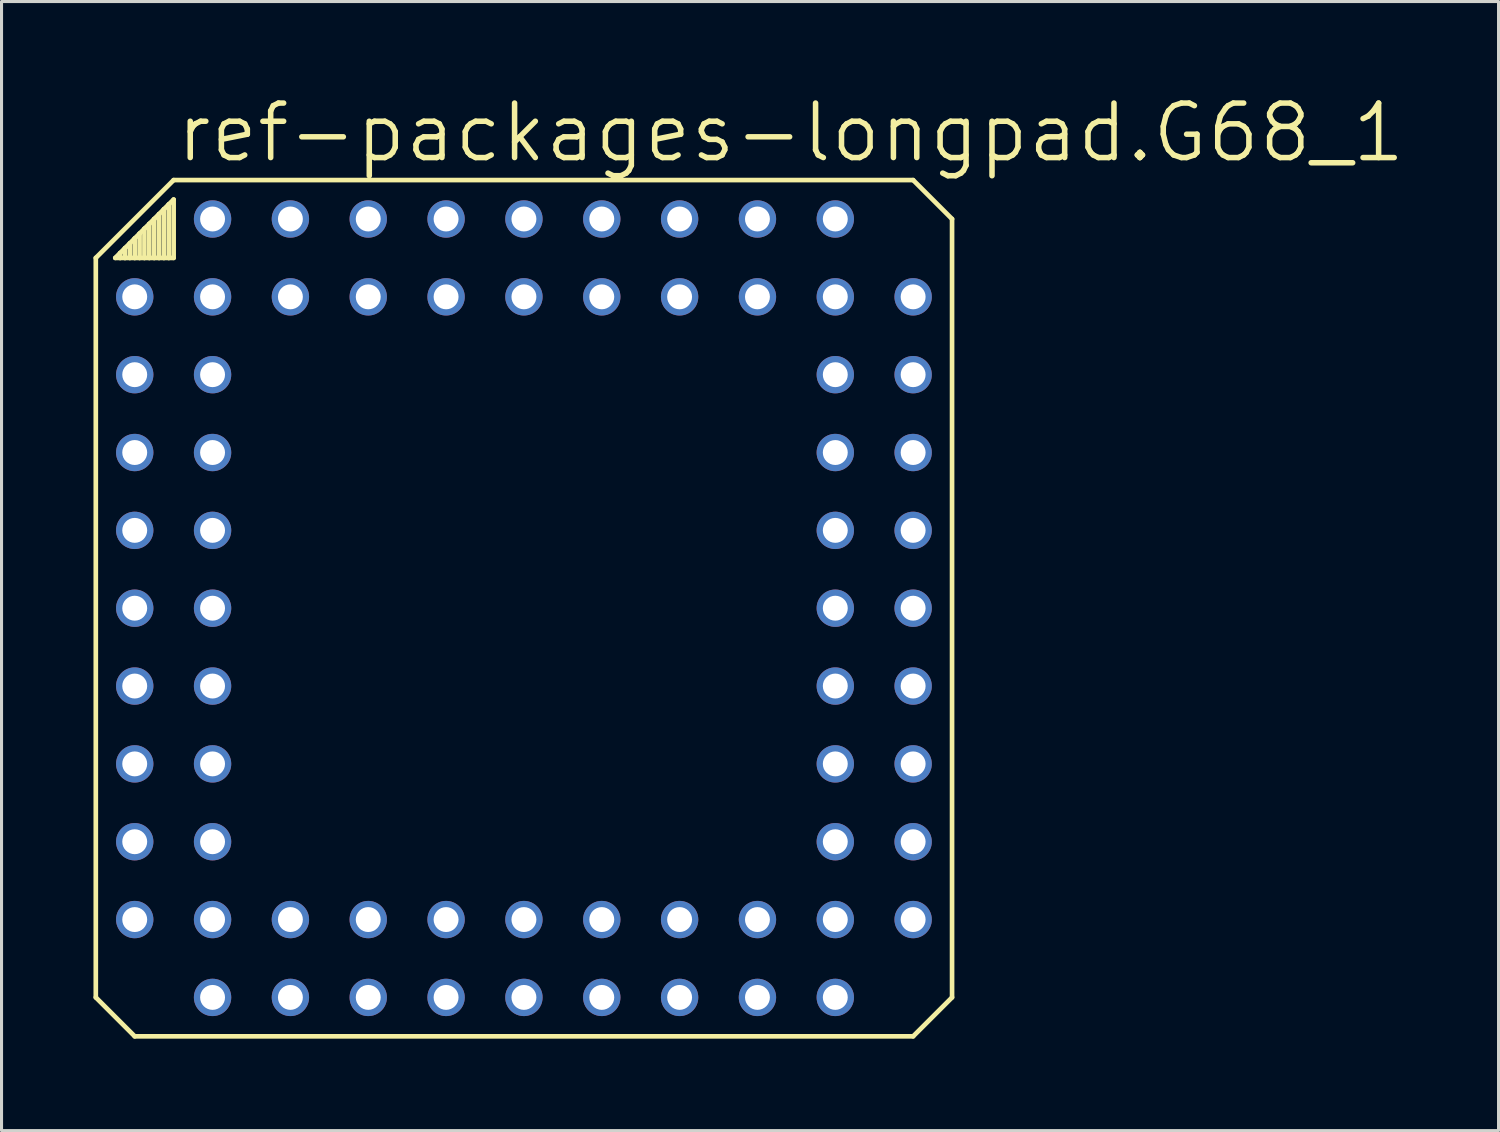
<source format=kicad_pcb>
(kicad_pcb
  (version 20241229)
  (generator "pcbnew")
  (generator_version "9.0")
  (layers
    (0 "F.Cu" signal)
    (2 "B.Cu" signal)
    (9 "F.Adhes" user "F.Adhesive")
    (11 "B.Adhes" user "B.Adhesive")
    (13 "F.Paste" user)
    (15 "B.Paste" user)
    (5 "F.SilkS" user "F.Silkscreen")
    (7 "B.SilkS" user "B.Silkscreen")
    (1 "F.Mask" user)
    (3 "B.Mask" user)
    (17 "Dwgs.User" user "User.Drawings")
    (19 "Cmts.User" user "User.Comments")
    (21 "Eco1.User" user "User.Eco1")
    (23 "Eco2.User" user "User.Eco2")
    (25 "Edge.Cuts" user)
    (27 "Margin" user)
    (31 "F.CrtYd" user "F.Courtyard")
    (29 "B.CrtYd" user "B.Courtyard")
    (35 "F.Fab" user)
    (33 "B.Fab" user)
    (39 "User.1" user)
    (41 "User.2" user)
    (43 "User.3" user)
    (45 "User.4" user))
  (footprint "ref-packages-longpad.G68_1"
    (layer "F.Cu")
    (at 14.046 16.796)
    (property "Reference" "ref-packages-longpad.G68_1" (at -11.43 -14.478 0) (layer "F.SilkS") (effects (font (size 1.778 1.778) (thickness 0.18)) (justify left bottom)))
    (attr through_hole)
    (fp_line (start -13.97 -11.43) (end -11.43 -13.97) (stroke (width 0.152) (type default)) (layer "F.SilkS"))
    (fp_line (start -13.97 12.7) (end -13.97 -11.43) (stroke (width 0.152) (type default)) (layer "F.SilkS"))
    (fp_line (start -13.335 -11.43) (end -13.176 -11.589) (stroke (width 0.152) (type default)) (layer "F.SilkS"))
    (fp_line (start -13.176 -11.589) (end -13.176 -11.43) (stroke (width 0.152) (type default)) (layer "F.SilkS"))
    (fp_line (start -13.176 -11.589) (end -13.018 -11.748) (stroke (width 0.152) (type default)) (layer "F.SilkS"))
    (fp_line (start -13.176 -11.43) (end -13.335 -11.43) (stroke (width 0.152) (type default)) (layer "F.SilkS"))
    (fp_line (start -13.018 -11.748) (end -13.018 -11.43) (stroke (width 0.152) (type default)) (layer "F.SilkS"))
    (fp_line (start -13.018 -11.748) (end -12.859 -11.906) (stroke (width 0.152) (type default)) (layer "F.SilkS"))
    (fp_line (start -13.018 -11.43) (end -13.176 -11.43) (stroke (width 0.152) (type default)) (layer "F.SilkS"))
    (fp_line (start -12.859 -11.906) (end -12.859 -11.43) (stroke (width 0.152) (type default)) (layer "F.SilkS"))
    (fp_line (start -12.859 -11.906) (end -12.7 -12.065) (stroke (width 0.152) (type default)) (layer "F.SilkS"))
    (fp_line (start -12.859 -11.43) (end -13.018 -11.43) (stroke (width 0.152) (type default)) (layer "F.SilkS"))
    (fp_line (start -12.7 -12.065) (end -12.7 -11.43) (stroke (width 0.152) (type default)) (layer "F.SilkS"))
    (fp_line (start -12.7 -12.065) (end -12.541 -12.224) (stroke (width 0.152) (type default)) (layer "F.SilkS"))
    (fp_line (start -12.7 -11.43) (end -12.859 -11.43) (stroke (width 0.152) (type default)) (layer "F.SilkS"))
    (fp_line (start -12.7 13.97) (end -13.97 12.7) (stroke (width 0.152) (type default)) (layer "F.SilkS"))
    (fp_line (start -12.541 -12.224) (end -12.541 -11.43) (stroke (width 0.152) (type default)) (layer "F.SilkS"))
    (fp_line (start -12.541 -12.224) (end -12.383 -12.383) (stroke (width 0.152) (type default)) (layer "F.SilkS"))
    (fp_line (start -12.541 -11.43) (end -12.7 -11.43) (stroke (width 0.152) (type default)) (layer "F.SilkS"))
    (fp_line (start -12.383 -12.383) (end -12.383 -11.43) (stroke (width 0.152) (type default)) (layer "F.SilkS"))
    (fp_line (start -12.383 -12.383) (end -12.224 -12.541) (stroke (width 0.152) (type default)) (layer "F.SilkS"))
    (fp_line (start -12.383 -11.43) (end -12.541 -11.43) (stroke (width 0.152) (type default)) (layer "F.SilkS"))
    (fp_line (start -12.224 -12.541) (end -12.224 -11.43) (stroke (width 0.152) (type default)) (layer "F.SilkS"))
    (fp_line (start -12.224 -12.541) (end -12.065 -12.7) (stroke (width 0.152) (type default)) (layer "F.SilkS"))
    (fp_line (start -12.224 -11.43) (end -12.383 -11.43) (stroke (width 0.152) (type default)) (layer "F.SilkS"))
    (fp_line (start -12.065 -12.7) (end -12.065 -11.43) (stroke (width 0.152) (type default)) (layer "F.SilkS"))
    (fp_line (start -12.065 -12.7) (end -11.906 -12.859) (stroke (width 0.152) (type default)) (layer "F.SilkS"))
    (fp_line (start -12.065 -11.43) (end -12.224 -11.43) (stroke (width 0.152) (type default)) (layer "F.SilkS"))
    (fp_line (start -11.906 -12.859) (end -11.906 -11.43) (stroke (width 0.152) (type default)) (layer "F.SilkS"))
    (fp_line (start -11.906 -12.859) (end -11.748 -13.018) (stroke (width 0.152) (type default)) (layer "F.SilkS"))
    (fp_line (start -11.906 -11.43) (end -12.065 -11.43) (stroke (width 0.152) (type default)) (layer "F.SilkS"))
    (fp_line (start -11.748 -13.018) (end -11.748 -11.43) (stroke (width 0.152) (type default)) (layer "F.SilkS"))
    (fp_line (start -11.748 -13.018) (end -11.589 -13.176) (stroke (width 0.152) (type default)) (layer "F.SilkS"))
    (fp_line (start -11.748 -11.43) (end -11.906 -11.43) (stroke (width 0.152) (type default)) (layer "F.SilkS"))
    (fp_line (start -11.589 -13.176) (end -11.589 -11.43) (stroke (width 0.152) (type default)) (layer "F.SilkS"))
    (fp_line (start -11.589 -13.176) (end -11.43 -13.335) (stroke (width 0.152) (type default)) (layer "F.SilkS"))
    (fp_line (start -11.589 -11.43) (end -11.748 -11.43) (stroke (width 0.152) (type default)) (layer "F.SilkS"))
    (fp_line (start -11.43 -13.97) (end 12.7 -13.97) (stroke (width 0.152) (type default)) (layer "F.SilkS"))
    (fp_line (start -11.43 -13.335) (end -11.43 -11.43) (stroke (width 0.152) (type default)) (layer "F.SilkS"))
    (fp_line (start -11.43 -11.43) (end -11.589 -11.43) (stroke (width 0.152) (type default)) (layer "F.SilkS"))
    (fp_line (start 12.7 -13.97) (end 13.97 -12.7) (stroke (width 0.152) (type default)) (layer "F.SilkS"))
    (fp_line (start 12.7 13.97) (end -12.7 13.97) (stroke (width 0.152) (type default)) (layer "F.SilkS"))
    (fp_line (start 13.97 -12.7) (end 13.97 12.7) (stroke (width 0.152) (type default)) (layer "F.SilkS"))
    (fp_line (start 13.97 12.7) (end 12.7 13.97) (stroke (width 0.152) (type default)) (layer "F.SilkS"))
    (pad "1" thru_hole circle (at -10.16 -10.16) (size 1.219 1.219) (drill 0.813) (layers "*.Cu" "*.Mask"))
    (pad "2" thru_hole circle (at -12.7 -10.16) (size 1.219 1.219) (drill 0.813) (layers "*.Cu" "*.Mask"))
    (pad "3" thru_hole circle (at -10.16 -7.62) (size 1.219 1.219) (drill 0.813) (layers "*.Cu" "*.Mask"))
    (pad "4" thru_hole circle (at -12.7 -7.62) (size 1.219 1.219) (drill 0.813) (layers "*.Cu" "*.Mask"))
    (pad "5" thru_hole circle (at -10.16 -5.08) (size 1.219 1.219) (drill 0.813) (layers "*.Cu" "*.Mask"))
    (pad "6" thru_hole circle (at -12.7 -5.08) (size 1.219 1.219) (drill 0.813) (layers "*.Cu" "*.Mask"))
    (pad "7" thru_hole circle (at -10.16 -2.54) (size 1.219 1.219) (drill 0.813) (layers "*.Cu" "*.Mask"))
    (pad "8" thru_hole circle (at -12.7 -2.54) (size 1.219 1.219) (drill 0.813) (layers "*.Cu" "*.Mask"))
    (pad "9" thru_hole circle (at -10.16 0) (size 1.219 1.219) (drill 0.813) (layers "*.Cu" "*.Mask"))
    (pad "10" thru_hole circle (at -12.7 0) (size 1.219 1.219) (drill 0.813) (layers "*.Cu" "*.Mask"))
    (pad "11" thru_hole circle (at -10.16 2.54) (size 1.219 1.219) (drill 0.813) (layers "*.Cu" "*.Mask"))
    (pad "12" thru_hole circle (at -12.7 2.54) (size 1.219 1.219) (drill 0.813) (layers "*.Cu" "*.Mask"))
    (pad "13" thru_hole circle (at -10.16 5.08) (size 1.219 1.219) (drill 0.813) (layers "*.Cu" "*.Mask"))
    (pad "14" thru_hole circle (at -12.7 5.08) (size 1.219 1.219) (drill 0.813) (layers "*.Cu" "*.Mask"))
    (pad "15" thru_hole circle (at -10.16 7.62) (size 1.219 1.219) (drill 0.813) (layers "*.Cu" "*.Mask"))
    (pad "16" thru_hole circle (at -12.7 7.62) (size 1.219 1.219) (drill 0.813) (layers "*.Cu" "*.Mask"))
    (pad "17" thru_hole circle (at -12.7 10.16) (size 1.219 1.219) (drill 0.813) (layers "*.Cu" "*.Mask"))
    (pad "18" thru_hole circle (at -10.16 10.16) (size 1.219 1.219) (drill 0.813) (layers "*.Cu" "*.Mask"))
    (pad "19" thru_hole circle (at -10.16 12.7) (size 1.219 1.219) (drill 0.813) (layers "*.Cu" "*.Mask"))
    (pad "20" thru_hole circle (at -7.62 10.16) (size 1.219 1.219) (drill 0.813) (layers "*.Cu" "*.Mask"))
    (pad "21" thru_hole circle (at -7.62 12.7) (size 1.219 1.219) (drill 0.813) (layers "*.Cu" "*.Mask"))
    (pad "22" thru_hole circle (at -5.08 10.16) (size 1.219 1.219) (drill 0.813) (layers "*.Cu" "*.Mask"))
    (pad "23" thru_hole circle (at -5.08 12.7) (size 1.219 1.219) (drill 0.813) (layers "*.Cu" "*.Mask"))
    (pad "24" thru_hole circle (at -2.54 10.16) (size 1.219 1.219) (drill 0.813) (layers "*.Cu" "*.Mask"))
    (pad "25" thru_hole circle (at -2.54 12.7) (size 1.219 1.219) (drill 0.813) (layers "*.Cu" "*.Mask"))
    (pad "26" thru_hole circle (at 0 10.16) (size 1.219 1.219) (drill 0.813) (layers "*.Cu" "*.Mask"))
    (pad "27" thru_hole circle (at 0 12.7) (size 1.219 1.219) (drill 0.813) (layers "*.Cu" "*.Mask"))
    (pad "28" thru_hole circle (at 2.54 10.16) (size 1.219 1.219) (drill 0.813) (layers "*.Cu" "*.Mask"))
    (pad "29" thru_hole circle (at 2.54 12.7) (size 1.219 1.219) (drill 0.813) (layers "*.Cu" "*.Mask"))
    (pad "30" thru_hole circle (at 5.08 10.16) (size 1.219 1.219) (drill 0.813) (layers "*.Cu" "*.Mask"))
    (pad "31" thru_hole circle (at 5.08 12.7) (size 1.219 1.219) (drill 0.813) (layers "*.Cu" "*.Mask"))
    (pad "32" thru_hole circle (at 7.62 10.16) (size 1.219 1.219) (drill 0.813) (layers "*.Cu" "*.Mask"))
    (pad "33" thru_hole circle (at 7.62 12.7) (size 1.219 1.219) (drill 0.813) (layers "*.Cu" "*.Mask"))
    (pad "34" thru_hole circle (at 10.16 12.7) (size 1.219 1.219) (drill 0.813) (layers "*.Cu" "*.Mask"))
    (pad "35" thru_hole circle (at 10.16 10.16) (size 1.219 1.219) (drill 0.813) (layers "*.Cu" "*.Mask"))
    (pad "36" thru_hole circle (at 12.7 10.16) (size 1.219 1.219) (drill 0.813) (layers "*.Cu" "*.Mask"))
    (pad "37" thru_hole circle (at 10.16 7.62) (size 1.219 1.219) (drill 0.813) (layers "*.Cu" "*.Mask"))
    (pad "38" thru_hole circle (at 12.7 7.62) (size 1.219 1.219) (drill 0.813) (layers "*.Cu" "*.Mask"))
    (pad "39" thru_hole circle (at 10.16 5.08) (size 1.219 1.219) (drill 0.813) (layers "*.Cu" "*.Mask"))
    (pad "40" thru_hole circle (at 12.7 5.08) (size 1.219 1.219) (drill 0.813) (layers "*.Cu" "*.Mask"))
    (pad "41" thru_hole circle (at 10.16 2.54) (size 1.219 1.219) (drill 0.813) (layers "*.Cu" "*.Mask"))
    (pad "42" thru_hole circle (at 12.7 2.54) (size 1.219 1.219) (drill 0.813) (layers "*.Cu" "*.Mask"))
    (pad "43" thru_hole circle (at 10.16 0) (size 1.219 1.219) (drill 0.813) (layers "*.Cu" "*.Mask"))
    (pad "44" thru_hole circle (at 12.7 0) (size 1.219 1.219) (drill 0.813) (layers "*.Cu" "*.Mask"))
    (pad "45" thru_hole circle (at 10.16 -2.54) (size 1.219 1.219) (drill 0.813) (layers "*.Cu" "*.Mask"))
    (pad "46" thru_hole circle (at 12.7 -2.54) (size 1.219 1.219) (drill 0.813) (layers "*.Cu" "*.Mask"))
    (pad "47" thru_hole circle (at 10.16 -5.08) (size 1.219 1.219) (drill 0.813) (layers "*.Cu" "*.Mask"))
    (pad "48" thru_hole circle (at 12.7 -5.08) (size 1.219 1.219) (drill 0.813) (layers "*.Cu" "*.Mask"))
    (pad "49" thru_hole circle (at 10.16 -7.62) (size 1.219 1.219) (drill 0.813) (layers "*.Cu" "*.Mask"))
    (pad "50" thru_hole circle (at 12.7 -7.62) (size 1.219 1.219) (drill 0.813) (layers "*.Cu" "*.Mask"))
    (pad "51" thru_hole circle (at 12.7 -10.16) (size 1.219 1.219) (drill 0.813) (layers "*.Cu" "*.Mask"))
    (pad "52" thru_hole circle (at 10.16 -10.16) (size 1.219 1.219) (drill 0.813) (layers "*.Cu" "*.Mask"))
    (pad "53" thru_hole circle (at 10.16 -12.7) (size 1.219 1.219) (drill 0.813) (layers "*.Cu" "*.Mask"))
    (pad "54" thru_hole circle (at 7.62 -10.16) (size 1.219 1.219) (drill 0.813) (layers "*.Cu" "*.Mask"))
    (pad "55" thru_hole circle (at 7.62 -12.7) (size 1.219 1.219) (drill 0.813) (layers "*.Cu" "*.Mask"))
    (pad "56" thru_hole circle (at 5.08 -10.16) (size 1.219 1.219) (drill 0.813) (layers "*.Cu" "*.Mask"))
    (pad "57" thru_hole circle (at 5.08 -12.7) (size 1.219 1.219) (drill 0.813) (layers "*.Cu" "*.Mask"))
    (pad "58" thru_hole circle (at 2.54 -10.16) (size 1.219 1.219) (drill 0.813) (layers "*.Cu" "*.Mask"))
    (pad "59" thru_hole circle (at 2.54 -12.7) (size 1.219 1.219) (drill 0.813) (layers "*.Cu" "*.Mask"))
    (pad "60" thru_hole circle (at 0 -10.16) (size 1.219 1.219) (drill 0.813) (layers "*.Cu" "*.Mask"))
    (pad "61" thru_hole circle (at 0 -12.7) (size 1.219 1.219) (drill 0.813) (layers "*.Cu" "*.Mask"))
    (pad "62" thru_hole circle (at -2.54 -10.16) (size 1.219 1.219) (drill 0.813) (layers "*.Cu" "*.Mask"))
    (pad "63" thru_hole circle (at -2.54 -12.7) (size 1.219 1.219) (drill 0.813) (layers "*.Cu" "*.Mask"))
    (pad "64" thru_hole circle (at -5.08 -10.16) (size 1.219 1.219) (drill 0.813) (layers "*.Cu" "*.Mask"))
    (pad "65" thru_hole circle (at -5.08 -12.7) (size 1.219 1.219) (drill 0.813) (layers "*.Cu" "*.Mask"))
    (pad "66" thru_hole circle (at -7.62 -10.16) (size 1.219 1.219) (drill 0.813) (layers "*.Cu" "*.Mask"))
    (pad "67" thru_hole circle (at -7.62 -12.7) (size 1.219 1.219) (drill 0.813) (layers "*.Cu" "*.Mask"))
    (pad "68" thru_hole circle (at -10.16 -12.7) (size 1.219 1.219) (drill 0.813) (layers "*.Cu" "*.Mask")))
  (gr_rect
    (start -3 -3)
    (end 45.848 33.842)
    (stroke (width 0.1) (type default))
    (fill no)
    (layer "Edge.Cuts")))
</source>
